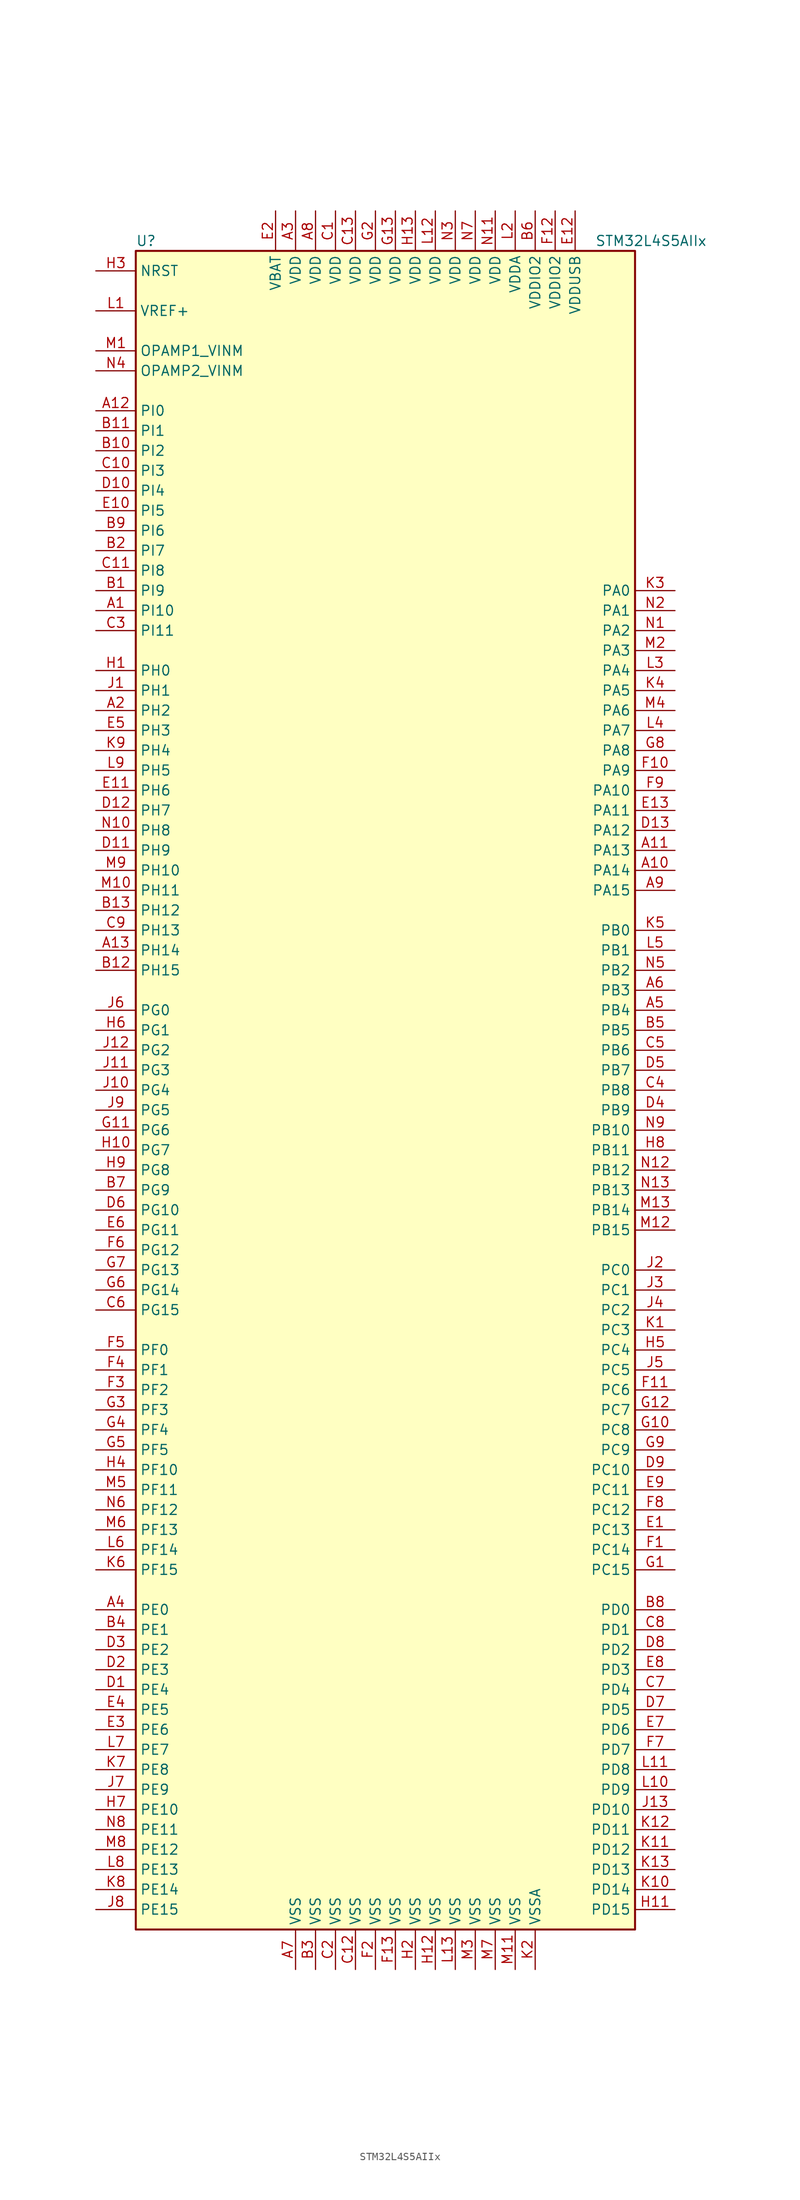
<source format=kicad_sym>
(kicad_symbol_lib
  (version 20211014)
  (generator kicad_symbol_editor)
  (symbol "STM32L4S5AIIx"
    (property "Reference" "U"
      (at -33.02 107.95 0)
      (effects (font (size 1.27 1.27)) (justify left)))
    (property "Value" "STM32L4S5AIIx"
      (at 25.4 107.95 0)
      (effects (font (size 1.27 1.27)) (justify left)))
    (symbol "STM32L4S5AIIx_0_1"
      (rectangle (start -33.02 -106.68) (end 30.48 106.68) (stroke (width 0.254) (type default) (color 0 0 0 0)) (fill (type background))))
    (symbol "STM32L4S5AIIx_1_1"
      (pin bidirectional line (at -38.1 60.96 0) (length 5.08) (name "PI10" (effects (font (size 1.27 1.27)))) (number "A1" (effects (font (size 1.27 1.27)))))
      (pin bidirectional line (at 35.56 27.94 180) (length 5.08) (name "PA14" (effects (font (size 1.27 1.27)))) (number "A10" (effects (font (size 1.27 1.27)))))
      (pin bidirectional line (at 35.56 30.48 180) (length 5.08) (name "PA13" (effects (font (size 1.27 1.27)))) (number "A11" (effects (font (size 1.27 1.27)))))
      (pin bidirectional line (at -38.1 86.36 0) (length 5.08) (name "PI0" (effects (font (size 1.27 1.27)))) (number "A12" (effects (font (size 1.27 1.27)))))
      (pin bidirectional line (at -38.1 17.78 0) (length 5.08) (name "PH14" (effects (font (size 1.27 1.27)))) (number "A13" (effects (font (size 1.27 1.27)))))
      (pin bidirectional line (at -38.1 48.26 0) (length 5.08) (name "PH2" (effects (font (size 1.27 1.27)))) (number "A2" (effects (font (size 1.27 1.27)))))
      (pin power_in line (at -12.7 111.76 270) (length 5.08) (name "VDD" (effects (font (size 1.27 1.27)))) (number "A3" (effects (font (size 1.27 1.27)))))
      (pin bidirectional line (at -38.1 -66.04 0) (length 5.08) (name "PE0" (effects (font (size 1.27 1.27)))) (number "A4" (effects (font (size 1.27 1.27)))))
      (pin bidirectional line (at 35.56 10.16 180) (length 5.08) (name "PB4" (effects (font (size 1.27 1.27)))) (number "A5" (effects (font (size 1.27 1.27)))))
      (pin bidirectional line (at 35.56 12.7 180) (length 5.08) (name "PB3" (effects (font (size 1.27 1.27)))) (number "A6" (effects (font (size 1.27 1.27)))))
      (pin power_in line (at -12.7 -111.76 90) (length 5.08) (name "VSS" (effects (font (size 1.27 1.27)))) (number "A7" (effects (font (size 1.27 1.27)))))
      (pin power_in line (at -10.16 111.76 270) (length 5.08) (name "VDD" (effects (font (size 1.27 1.27)))) (number "A8" (effects (font (size 1.27 1.27)))))
      (pin bidirectional line (at 35.56 25.4 180) (length 5.08) (name "PA15" (effects (font (size 1.27 1.27)))) (number "A9" (effects (font (size 1.27 1.27)))))
      (pin bidirectional line (at -38.1 63.5 0) (length 5.08) (name "PI9" (effects (font (size 1.27 1.27)))) (number "B1" (effects (font (size 1.27 1.27)))))
      (pin bidirectional line (at -38.1 81.28 0) (length 5.08) (name "PI2" (effects (font (size 1.27 1.27)))) (number "B10" (effects (font (size 1.27 1.27)))))
      (pin bidirectional line (at -38.1 83.82 0) (length 5.08) (name "PI1" (effects (font (size 1.27 1.27)))) (number "B11" (effects (font (size 1.27 1.27)))))
      (pin bidirectional line (at -38.1 15.24 0) (length 5.08) (name "PH15" (effects (font (size 1.27 1.27)))) (number "B12" (effects (font (size 1.27 1.27)))))
      (pin bidirectional line (at -38.1 22.86 0) (length 5.08) (name "PH12" (effects (font (size 1.27 1.27)))) (number "B13" (effects (font (size 1.27 1.27)))))
      (pin bidirectional line (at -38.1 68.58 0) (length 5.08) (name "PI7" (effects (font (size 1.27 1.27)))) (number "B2" (effects (font (size 1.27 1.27)))))
      (pin power_in line (at -10.16 -111.76 90) (length 5.08) (name "VSS" (effects (font (size 1.27 1.27)))) (number "B3" (effects (font (size 1.27 1.27)))))
      (pin bidirectional line (at -38.1 -68.58 0) (length 5.08) (name "PE1" (effects (font (size 1.27 1.27)))) (number "B4" (effects (font (size 1.27 1.27)))))
      (pin bidirectional line (at 35.56 7.62 180) (length 5.08) (name "PB5" (effects (font (size 1.27 1.27)))) (number "B5" (effects (font (size 1.27 1.27)))))
      (pin power_in line (at 17.78 111.76 270) (length 5.08) (name "VDDIO2" (effects (font (size 1.27 1.27)))) (number "B6" (effects (font (size 1.27 1.27)))))
      (pin bidirectional line (at -38.1 -12.7 0) (length 5.08) (name "PG9" (effects (font (size 1.27 1.27)))) (number "B7" (effects (font (size 1.27 1.27)))))
      (pin bidirectional line (at 35.56 -66.04 180) (length 5.08) (name "PD0" (effects (font (size 1.27 1.27)))) (number "B8" (effects (font (size 1.27 1.27)))))
      (pin bidirectional line (at -38.1 71.12 0) (length 5.08) (name "PI6" (effects (font (size 1.27 1.27)))) (number "B9" (effects (font (size 1.27 1.27)))))
      (pin power_in line (at -7.62 111.76 270) (length 5.08) (name "VDD" (effects (font (size 1.27 1.27)))) (number "C1" (effects (font (size 1.27 1.27)))))
      (pin bidirectional line (at -38.1 78.74 0) (length 5.08) (name "PI3" (effects (font (size 1.27 1.27)))) (number "C10" (effects (font (size 1.27 1.27)))))
      (pin bidirectional line (at -38.1 66.04 0) (length 5.08) (name "PI8" (effects (font (size 1.27 1.27)))) (number "C11" (effects (font (size 1.27 1.27)))))
      (pin power_in line (at -5.08 -111.76 90) (length 5.08) (name "VSS" (effects (font (size 1.27 1.27)))) (number "C12" (effects (font (size 1.27 1.27)))))
      (pin power_in line (at -5.08 111.76 270) (length 5.08) (name "VDD" (effects (font (size 1.27 1.27)))) (number "C13" (effects (font (size 1.27 1.27)))))
      (pin power_in line (at -7.62 -111.76 90) (length 5.08) (name "VSS" (effects (font (size 1.27 1.27)))) (number "C2" (effects (font (size 1.27 1.27)))))
      (pin bidirectional line (at -38.1 58.42 0) (length 5.08) (name "PI11" (effects (font (size 1.27 1.27)))) (number "C3" (effects (font (size 1.27 1.27)))))
      (pin bidirectional line (at 35.56 0 180) (length 5.08) (name "PB8" (effects (font (size 1.27 1.27)))) (number "C4" (effects (font (size 1.27 1.27)))))
      (pin bidirectional line (at 35.56 5.08 180) (length 5.08) (name "PB6" (effects (font (size 1.27 1.27)))) (number "C5" (effects (font (size 1.27 1.27)))))
      (pin bidirectional line (at -38.1 -27.94 0) (length 5.08) (name "PG15" (effects (font (size 1.27 1.27)))) (number "C6" (effects (font (size 1.27 1.27)))))
      (pin bidirectional line (at 35.56 -76.2 180) (length 5.08) (name "PD4" (effects (font (size 1.27 1.27)))) (number "C7" (effects (font (size 1.27 1.27)))))
      (pin bidirectional line (at 35.56 -68.58 180) (length 5.08) (name "PD1" (effects (font (size 1.27 1.27)))) (number "C8" (effects (font (size 1.27 1.27)))))
      (pin bidirectional line (at -38.1 20.32 0) (length 5.08) (name "PH13" (effects (font (size 1.27 1.27)))) (number "C9" (effects (font (size 1.27 1.27)))))
      (pin bidirectional line (at -38.1 -76.2 0) (length 5.08) (name "PE4" (effects (font (size 1.27 1.27)))) (number "D1" (effects (font (size 1.27 1.27)))))
      (pin bidirectional line (at -38.1 76.2 0) (length 5.08) (name "PI4" (effects (font (size 1.27 1.27)))) (number "D10" (effects (font (size 1.27 1.27)))))
      (pin bidirectional line (at -38.1 30.48 0) (length 5.08) (name "PH9" (effects (font (size 1.27 1.27)))) (number "D11" (effects (font (size 1.27 1.27)))))
      (pin bidirectional line (at -38.1 35.56 0) (length 5.08) (name "PH7" (effects (font (size 1.27 1.27)))) (number "D12" (effects (font (size 1.27 1.27)))))
      (pin bidirectional line (at 35.56 33.02 180) (length 5.08) (name "PA12" (effects (font (size 1.27 1.27)))) (number "D13" (effects (font (size 1.27 1.27)))))
      (pin bidirectional line (at -38.1 -73.66 0) (length 5.08) (name "PE3" (effects (font (size 1.27 1.27)))) (number "D2" (effects (font (size 1.27 1.27)))))
      (pin bidirectional line (at -38.1 -71.12 0) (length 5.08) (name "PE2" (effects (font (size 1.27 1.27)))) (number "D3" (effects (font (size 1.27 1.27)))))
      (pin bidirectional line (at 35.56 -2.54 180) (length 5.08) (name "PB9" (effects (font (size 1.27 1.27)))) (number "D4" (effects (font (size 1.27 1.27)))))
      (pin bidirectional line (at 35.56 2.54 180) (length 5.08) (name "PB7" (effects (font (size 1.27 1.27)))) (number "D5" (effects (font (size 1.27 1.27)))))
      (pin bidirectional line (at -38.1 -15.24 0) (length 5.08) (name "PG10" (effects (font (size 1.27 1.27)))) (number "D6" (effects (font (size 1.27 1.27)))))
      (pin bidirectional line (at 35.56 -78.74 180) (length 5.08) (name "PD5" (effects (font (size 1.27 1.27)))) (number "D7" (effects (font (size 1.27 1.27)))))
      (pin bidirectional line (at 35.56 -71.12 180) (length 5.08) (name "PD2" (effects (font (size 1.27 1.27)))) (number "D8" (effects (font (size 1.27 1.27)))))
      (pin bidirectional line (at 35.56 -48.26 180) (length 5.08) (name "PC10" (effects (font (size 1.27 1.27)))) (number "D9" (effects (font (size 1.27 1.27)))))
      (pin bidirectional line (at 35.56 -55.88 180) (length 5.08) (name "PC13" (effects (font (size 1.27 1.27)))) (number "E1" (effects (font (size 1.27 1.27)))))
      (pin bidirectional line (at -38.1 73.66 0) (length 5.08) (name "PI5" (effects (font (size 1.27 1.27)))) (number "E10" (effects (font (size 1.27 1.27)))))
      (pin bidirectional line (at -38.1 38.1 0) (length 5.08) (name "PH6" (effects (font (size 1.27 1.27)))) (number "E11" (effects (font (size 1.27 1.27)))))
      (pin power_in line (at 22.86 111.76 270) (length 5.08) (name "VDDUSB" (effects (font (size 1.27 1.27)))) (number "E12" (effects (font (size 1.27 1.27)))))
      (pin bidirectional line (at 35.56 35.56 180) (length 5.08) (name "PA11" (effects (font (size 1.27 1.27)))) (number "E13" (effects (font (size 1.27 1.27)))))
      (pin power_in line (at -15.24 111.76 270) (length 5.08) (name "VBAT" (effects (font (size 1.27 1.27)))) (number "E2" (effects (font (size 1.27 1.27)))))
      (pin bidirectional line (at -38.1 -81.28 0) (length 5.08) (name "PE6" (effects (font (size 1.27 1.27)))) (number "E3" (effects (font (size 1.27 1.27)))))
      (pin bidirectional line (at -38.1 -78.74 0) (length 5.08) (name "PE5" (effects (font (size 1.27 1.27)))) (number "E4" (effects (font (size 1.27 1.27)))))
      (pin bidirectional line (at -38.1 45.72 0) (length 5.08) (name "PH3" (effects (font (size 1.27 1.27)))) (number "E5" (effects (font (size 1.27 1.27)))))
      (pin bidirectional line (at -38.1 -17.78 0) (length 5.08) (name "PG11" (effects (font (size 1.27 1.27)))) (number "E6" (effects (font (size 1.27 1.27)))))
      (pin bidirectional line (at 35.56 -81.28 180) (length 5.08) (name "PD6" (effects (font (size 1.27 1.27)))) (number "E7" (effects (font (size 1.27 1.27)))))
      (pin bidirectional line (at 35.56 -73.66 180) (length 5.08) (name "PD3" (effects (font (size 1.27 1.27)))) (number "E8" (effects (font (size 1.27 1.27)))))
      (pin bidirectional line (at 35.56 -50.8 180) (length 5.08) (name "PC11" (effects (font (size 1.27 1.27)))) (number "E9" (effects (font (size 1.27 1.27)))))
      (pin bidirectional line (at 35.56 -58.42 180) (length 5.08) (name "PC14" (effects (font (size 1.27 1.27)))) (number "F1" (effects (font (size 1.27 1.27)))))
      (pin bidirectional line (at 35.56 40.64 180) (length 5.08) (name "PA9" (effects (font (size 1.27 1.27)))) (number "F10" (effects (font (size 1.27 1.27)))))
      (pin bidirectional line (at 35.56 -38.1 180) (length 5.08) (name "PC6" (effects (font (size 1.27 1.27)))) (number "F11" (effects (font (size 1.27 1.27)))))
      (pin power_in line (at 20.32 111.76 270) (length 5.08) (name "VDDIO2" (effects (font (size 1.27 1.27)))) (number "F12" (effects (font (size 1.27 1.27)))))
      (pin power_in line (at 0 -111.76 90) (length 5.08) (name "VSS" (effects (font (size 1.27 1.27)))) (number "F13" (effects (font (size 1.27 1.27)))))
      (pin power_in line (at -2.54 -111.76 90) (length 5.08) (name "VSS" (effects (font (size 1.27 1.27)))) (number "F2" (effects (font (size 1.27 1.27)))))
      (pin bidirectional line (at -38.1 -38.1 0) (length 5.08) (name "PF2" (effects (font (size 1.27 1.27)))) (number "F3" (effects (font (size 1.27 1.27)))))
      (pin bidirectional line (at -38.1 -35.56 0) (length 5.08) (name "PF1" (effects (font (size 1.27 1.27)))) (number "F4" (effects (font (size 1.27 1.27)))))
      (pin bidirectional line (at -38.1 -33.02 0) (length 5.08) (name "PF0" (effects (font (size 1.27 1.27)))) (number "F5" (effects (font (size 1.27 1.27)))))
      (pin bidirectional line (at -38.1 -20.32 0) (length 5.08) (name "PG12" (effects (font (size 1.27 1.27)))) (number "F6" (effects (font (size 1.27 1.27)))))
      (pin bidirectional line (at 35.56 -83.82 180) (length 5.08) (name "PD7" (effects (font (size 1.27 1.27)))) (number "F7" (effects (font (size 1.27 1.27)))))
      (pin bidirectional line (at 35.56 -53.34 180) (length 5.08) (name "PC12" (effects (font (size 1.27 1.27)))) (number "F8" (effects (font (size 1.27 1.27)))))
      (pin bidirectional line (at 35.56 38.1 180) (length 5.08) (name "PA10" (effects (font (size 1.27 1.27)))) (number "F9" (effects (font (size 1.27 1.27)))))
      (pin bidirectional line (at 35.56 -60.96 180) (length 5.08) (name "PC15" (effects (font (size 1.27 1.27)))) (number "G1" (effects (font (size 1.27 1.27)))))
      (pin bidirectional line (at 35.56 -43.18 180) (length 5.08) (name "PC8" (effects (font (size 1.27 1.27)))) (number "G10" (effects (font (size 1.27 1.27)))))
      (pin bidirectional line (at -38.1 -5.08 0) (length 5.08) (name "PG6" (effects (font (size 1.27 1.27)))) (number "G11" (effects (font (size 1.27 1.27)))))
      (pin bidirectional line (at 35.56 -40.64 180) (length 5.08) (name "PC7" (effects (font (size 1.27 1.27)))) (number "G12" (effects (font (size 1.27 1.27)))))
      (pin power_in line (at 0 111.76 270) (length 5.08) (name "VDD" (effects (font (size 1.27 1.27)))) (number "G13" (effects (font (size 1.27 1.27)))))
      (pin power_in line (at -2.54 111.76 270) (length 5.08) (name "VDD" (effects (font (size 1.27 1.27)))) (number "G2" (effects (font (size 1.27 1.27)))))
      (pin bidirectional line (at -38.1 -40.64 0) (length 5.08) (name "PF3" (effects (font (size 1.27 1.27)))) (number "G3" (effects (font (size 1.27 1.27)))))
      (pin bidirectional line (at -38.1 -43.18 0) (length 5.08) (name "PF4" (effects (font (size 1.27 1.27)))) (number "G4" (effects (font (size 1.27 1.27)))))
      (pin bidirectional line (at -38.1 -45.72 0) (length 5.08) (name "PF5" (effects (font (size 1.27 1.27)))) (number "G5" (effects (font (size 1.27 1.27)))))
      (pin bidirectional line (at -38.1 -25.4 0) (length 5.08) (name "PG14" (effects (font (size 1.27 1.27)))) (number "G6" (effects (font (size 1.27 1.27)))))
      (pin bidirectional line (at -38.1 -22.86 0) (length 5.08) (name "PG13" (effects (font (size 1.27 1.27)))) (number "G7" (effects (font (size 1.27 1.27)))))
      (pin bidirectional line (at 35.56 43.18 180) (length 5.08) (name "PA8" (effects (font (size 1.27 1.27)))) (number "G8" (effects (font (size 1.27 1.27)))))
      (pin bidirectional line (at 35.56 -45.72 180) (length 5.08) (name "PC9" (effects (font (size 1.27 1.27)))) (number "G9" (effects (font (size 1.27 1.27)))))
      (pin input line (at -38.1 53.34 0) (length 5.08) (name "PH0" (effects (font (size 1.27 1.27)))) (number "H1" (effects (font (size 1.27 1.27)))))
      (pin bidirectional line (at -38.1 -7.62 0) (length 5.08) (name "PG7" (effects (font (size 1.27 1.27)))) (number "H10" (effects (font (size 1.27 1.27)))))
      (pin bidirectional line (at 35.56 -104.14 180) (length 5.08) (name "PD15" (effects (font (size 1.27 1.27)))) (number "H11" (effects (font (size 1.27 1.27)))))
      (pin power_in line (at 5.08 -111.76 90) (length 5.08) (name "VSS" (effects (font (size 1.27 1.27)))) (number "H12" (effects (font (size 1.27 1.27)))))
      (pin power_in line (at 2.54 111.76 270) (length 5.08) (name "VDD" (effects (font (size 1.27 1.27)))) (number "H13" (effects (font (size 1.27 1.27)))))
      (pin power_in line (at 2.54 -111.76 90) (length 5.08) (name "VSS" (effects (font (size 1.27 1.27)))) (number "H2" (effects (font (size 1.27 1.27)))))
      (pin input line (at -38.1 104.14 0) (length 5.08) (name "NRST" (effects (font (size 1.27 1.27)))) (number "H3" (effects (font (size 1.27 1.27)))))
      (pin bidirectional line (at -38.1 -48.26 0) (length 5.08) (name "PF10" (effects (font (size 1.27 1.27)))) (number "H4" (effects (font (size 1.27 1.27)))))
      (pin bidirectional line (at 35.56 -33.02 180) (length 5.08) (name "PC4" (effects (font (size 1.27 1.27)))) (number "H5" (effects (font (size 1.27 1.27)))))
      (pin bidirectional line (at -38.1 7.62 0) (length 5.08) (name "PG1" (effects (font (size 1.27 1.27)))) (number "H6" (effects (font (size 1.27 1.27)))))
      (pin bidirectional line (at -38.1 -91.44 0) (length 5.08) (name "PE10" (effects (font (size 1.27 1.27)))) (number "H7" (effects (font (size 1.27 1.27)))))
      (pin bidirectional line (at 35.56 -7.62 180) (length 5.08) (name "PB11" (effects (font (size 1.27 1.27)))) (number "H8" (effects (font (size 1.27 1.27)))))
      (pin bidirectional line (at -38.1 -10.16 0) (length 5.08) (name "PG8" (effects (font (size 1.27 1.27)))) (number "H9" (effects (font (size 1.27 1.27)))))
      (pin input line (at -38.1 50.8 0) (length 5.08) (name "PH1" (effects (font (size 1.27 1.27)))) (number "J1" (effects (font (size 1.27 1.27)))))
      (pin bidirectional line (at -38.1 0 0) (length 5.08) (name "PG4" (effects (font (size 1.27 1.27)))) (number "J10" (effects (font (size 1.27 1.27)))))
      (pin bidirectional line (at -38.1 2.54 0) (length 5.08) (name "PG3" (effects (font (size 1.27 1.27)))) (number "J11" (effects (font (size 1.27 1.27)))))
      (pin bidirectional line (at -38.1 5.08 0) (length 5.08) (name "PG2" (effects (font (size 1.27 1.27)))) (number "J12" (effects (font (size 1.27 1.27)))))
      (pin bidirectional line (at 35.56 -91.44 180) (length 5.08) (name "PD10" (effects (font (size 1.27 1.27)))) (number "J13" (effects (font (size 1.27 1.27)))))
      (pin bidirectional line (at 35.56 -22.86 180) (length 5.08) (name "PC0" (effects (font (size 1.27 1.27)))) (number "J2" (effects (font (size 1.27 1.27)))))
      (pin bidirectional line (at 35.56 -25.4 180) (length 5.08) (name "PC1" (effects (font (size 1.27 1.27)))) (number "J3" (effects (font (size 1.27 1.27)))))
      (pin bidirectional line (at 35.56 -27.94 180) (length 5.08) (name "PC2" (effects (font (size 1.27 1.27)))) (number "J4" (effects (font (size 1.27 1.27)))))
      (pin bidirectional line (at 35.56 -35.56 180) (length 5.08) (name "PC5" (effects (font (size 1.27 1.27)))) (number "J5" (effects (font (size 1.27 1.27)))))
      (pin bidirectional line (at -38.1 10.16 0) (length 5.08) (name "PG0" (effects (font (size 1.27 1.27)))) (number "J6" (effects (font (size 1.27 1.27)))))
      (pin bidirectional line (at -38.1 -88.9 0) (length 5.08) (name "PE9" (effects (font (size 1.27 1.27)))) (number "J7" (effects (font (size 1.27 1.27)))))
      (pin bidirectional line (at -38.1 -104.14 0) (length 5.08) (name "PE15" (effects (font (size 1.27 1.27)))) (number "J8" (effects (font (size 1.27 1.27)))))
      (pin bidirectional line (at -38.1 -2.54 0) (length 5.08) (name "PG5" (effects (font (size 1.27 1.27)))) (number "J9" (effects (font (size 1.27 1.27)))))
      (pin bidirectional line (at 35.56 -30.48 180) (length 5.08) (name "PC3" (effects (font (size 1.27 1.27)))) (number "K1" (effects (font (size 1.27 1.27)))))
      (pin bidirectional line (at 35.56 -101.6 180) (length 5.08) (name "PD14" (effects (font (size 1.27 1.27)))) (number "K10" (effects (font (size 1.27 1.27)))))
      (pin bidirectional line (at 35.56 -96.52 180) (length 5.08) (name "PD12" (effects (font (size 1.27 1.27)))) (number "K11" (effects (font (size 1.27 1.27)))))
      (pin bidirectional line (at 35.56 -93.98 180) (length 5.08) (name "PD11" (effects (font (size 1.27 1.27)))) (number "K12" (effects (font (size 1.27 1.27)))))
      (pin bidirectional line (at 35.56 -99.06 180) (length 5.08) (name "PD13" (effects (font (size 1.27 1.27)))) (number "K13" (effects (font (size 1.27 1.27)))))
      (pin power_in line (at 17.78 -111.76 90) (length 5.08) (name "VSSA" (effects (font (size 1.27 1.27)))) (number "K2" (effects (font (size 1.27 1.27)))))
      (pin bidirectional line (at 35.56 63.5 180) (length 5.08) (name "PA0" (effects (font (size 1.27 1.27)))) (number "K3" (effects (font (size 1.27 1.27)))))
      (pin bidirectional line (at 35.56 50.8 180) (length 5.08) (name "PA5" (effects (font (size 1.27 1.27)))) (number "K4" (effects (font (size 1.27 1.27)))))
      (pin bidirectional line (at 35.56 20.32 180) (length 5.08) (name "PB0" (effects (font (size 1.27 1.27)))) (number "K5" (effects (font (size 1.27 1.27)))))
      (pin bidirectional line (at -38.1 -60.96 0) (length 5.08) (name "PF15" (effects (font (size 1.27 1.27)))) (number "K6" (effects (font (size 1.27 1.27)))))
      (pin bidirectional line (at -38.1 -86.36 0) (length 5.08) (name "PE8" (effects (font (size 1.27 1.27)))) (number "K7" (effects (font (size 1.27 1.27)))))
      (pin bidirectional line (at -38.1 -101.6 0) (length 5.08) (name "PE14" (effects (font (size 1.27 1.27)))) (number "K8" (effects (font (size 1.27 1.27)))))
      (pin bidirectional line (at -38.1 43.18 0) (length 5.08) (name "PH4" (effects (font (size 1.27 1.27)))) (number "K9" (effects (font (size 1.27 1.27)))))
      (pin bidirectional line (at -38.1 99.06 0) (length 5.08) (name "VREF+" (effects (font (size 1.27 1.27)))) (number "L1" (effects (font (size 1.27 1.27)))))
      (pin bidirectional line (at 35.56 -88.9 180) (length 5.08) (name "PD9" (effects (font (size 1.27 1.27)))) (number "L10" (effects (font (size 1.27 1.27)))))
      (pin bidirectional line (at 35.56 -86.36 180) (length 5.08) (name "PD8" (effects (font (size 1.27 1.27)))) (number "L11" (effects (font (size 1.27 1.27)))))
      (pin power_in line (at 5.08 111.76 270) (length 5.08) (name "VDD" (effects (font (size 1.27 1.27)))) (number "L12" (effects (font (size 1.27 1.27)))))
      (pin power_in line (at 7.62 -111.76 90) (length 5.08) (name "VSS" (effects (font (size 1.27 1.27)))) (number "L13" (effects (font (size 1.27 1.27)))))
      (pin power_in line (at 15.24 111.76 270) (length 5.08) (name "VDDA" (effects (font (size 1.27 1.27)))) (number "L2" (effects (font (size 1.27 1.27)))))
      (pin bidirectional line (at 35.56 53.34 180) (length 5.08) (name "PA4" (effects (font (size 1.27 1.27)))) (number "L3" (effects (font (size 1.27 1.27)))))
      (pin bidirectional line (at 35.56 45.72 180) (length 5.08) (name "PA7" (effects (font (size 1.27 1.27)))) (number "L4" (effects (font (size 1.27 1.27)))))
      (pin bidirectional line (at 35.56 17.78 180) (length 5.08) (name "PB1" (effects (font (size 1.27 1.27)))) (number "L5" (effects (font (size 1.27 1.27)))))
      (pin bidirectional line (at -38.1 -58.42 0) (length 5.08) (name "PF14" (effects (font (size 1.27 1.27)))) (number "L6" (effects (font (size 1.27 1.27)))))
      (pin bidirectional line (at -38.1 -83.82 0) (length 5.08) (name "PE7" (effects (font (size 1.27 1.27)))) (number "L7" (effects (font (size 1.27 1.27)))))
      (pin bidirectional line (at -38.1 -99.06 0) (length 5.08) (name "PE13" (effects (font (size 1.27 1.27)))) (number "L8" (effects (font (size 1.27 1.27)))))
      (pin bidirectional line (at -38.1 40.64 0) (length 5.08) (name "PH5" (effects (font (size 1.27 1.27)))) (number "L9" (effects (font (size 1.27 1.27)))))
      (pin bidirectional line (at -38.1 93.98 0) (length 5.08) (name "OPAMP1_VINM" (effects (font (size 1.27 1.27)))) (number "M1" (effects (font (size 1.27 1.27)))))
      (pin bidirectional line (at -38.1 25.4 0) (length 5.08) (name "PH11" (effects (font (size 1.27 1.27)))) (number "M10" (effects (font (size 1.27 1.27)))))
      (pin power_in line (at 15.24 -111.76 90) (length 5.08) (name "VSS" (effects (font (size 1.27 1.27)))) (number "M11" (effects (font (size 1.27 1.27)))))
      (pin bidirectional line (at 35.56 -17.78 180) (length 5.08) (name "PB15" (effects (font (size 1.27 1.27)))) (number "M12" (effects (font (size 1.27 1.27)))))
      (pin bidirectional line (at 35.56 -15.24 180) (length 5.08) (name "PB14" (effects (font (size 1.27 1.27)))) (number "M13" (effects (font (size 1.27 1.27)))))
      (pin bidirectional line (at 35.56 55.88 180) (length 5.08) (name "PA3" (effects (font (size 1.27 1.27)))) (number "M2" (effects (font (size 1.27 1.27)))))
      (pin power_in line (at 10.16 -111.76 90) (length 5.08) (name "VSS" (effects (font (size 1.27 1.27)))) (number "M3" (effects (font (size 1.27 1.27)))))
      (pin bidirectional line (at 35.56 48.26 180) (length 5.08) (name "PA6" (effects (font (size 1.27 1.27)))) (number "M4" (effects (font (size 1.27 1.27)))))
      (pin bidirectional line (at -38.1 -50.8 0) (length 5.08) (name "PF11" (effects (font (size 1.27 1.27)))) (number "M5" (effects (font (size 1.27 1.27)))))
      (pin bidirectional line (at -38.1 -55.88 0) (length 5.08) (name "PF13" (effects (font (size 1.27 1.27)))) (number "M6" (effects (font (size 1.27 1.27)))))
      (pin power_in line (at 12.7 -111.76 90) (length 5.08) (name "VSS" (effects (font (size 1.27 1.27)))) (number "M7" (effects (font (size 1.27 1.27)))))
      (pin bidirectional line (at -38.1 -96.52 0) (length 5.08) (name "PE12" (effects (font (size 1.27 1.27)))) (number "M8" (effects (font (size 1.27 1.27)))))
      (pin bidirectional line (at -38.1 27.94 0) (length 5.08) (name "PH10" (effects (font (size 1.27 1.27)))) (number "M9" (effects (font (size 1.27 1.27)))))
      (pin bidirectional line (at 35.56 58.42 180) (length 5.08) (name "PA2" (effects (font (size 1.27 1.27)))) (number "N1" (effects (font (size 1.27 1.27)))))
      (pin bidirectional line (at -38.1 33.02 0) (length 5.08) (name "PH8" (effects (font (size 1.27 1.27)))) (number "N10" (effects (font (size 1.27 1.27)))))
      (pin power_in line (at 12.7 111.76 270) (length 5.08) (name "VDD" (effects (font (size 1.27 1.27)))) (number "N11" (effects (font (size 1.27 1.27)))))
      (pin bidirectional line (at 35.56 -10.16 180) (length 5.08) (name "PB12" (effects (font (size 1.27 1.27)))) (number "N12" (effects (font (size 1.27 1.27)))))
      (pin bidirectional line (at 35.56 -12.7 180) (length 5.08) (name "PB13" (effects (font (size 1.27 1.27)))) (number "N13" (effects (font (size 1.27 1.27)))))
      (pin bidirectional line (at 35.56 60.96 180) (length 5.08) (name "PA1" (effects (font (size 1.27 1.27)))) (number "N2" (effects (font (size 1.27 1.27)))))
      (pin power_in line (at 7.62 111.76 270) (length 5.08) (name "VDD" (effects (font (size 1.27 1.27)))) (number "N3" (effects (font (size 1.27 1.27)))))
      (pin bidirectional line (at -38.1 91.44 0) (length 5.08) (name "OPAMP2_VINM" (effects (font (size 1.27 1.27)))) (number "N4" (effects (font (size 1.27 1.27)))))
      (pin bidirectional line (at 35.56 15.24 180) (length 5.08) (name "PB2" (effects (font (size 1.27 1.27)))) (number "N5" (effects (font (size 1.27 1.27)))))
      (pin bidirectional line (at -38.1 -53.34 0) (length 5.08) (name "PF12" (effects (font (size 1.27 1.27)))) (number "N6" (effects (font (size 1.27 1.27)))))
      (pin power_in line (at 10.16 111.76 270) (length 5.08) (name "VDD" (effects (font (size 1.27 1.27)))) (number "N7" (effects (font (size 1.27 1.27)))))
      (pin bidirectional line (at -38.1 -93.98 0) (length 5.08) (name "PE11" (effects (font (size 1.27 1.27)))) (number "N8" (effects (font (size 1.27 1.27)))))
      (pin bidirectional line (at 35.56 -5.08 180) (length 5.08) (name "PB10" (effects (font (size 1.27 1.27)))) (number "N9" (effects (font (size 1.27 1.27))))))))
</source>
